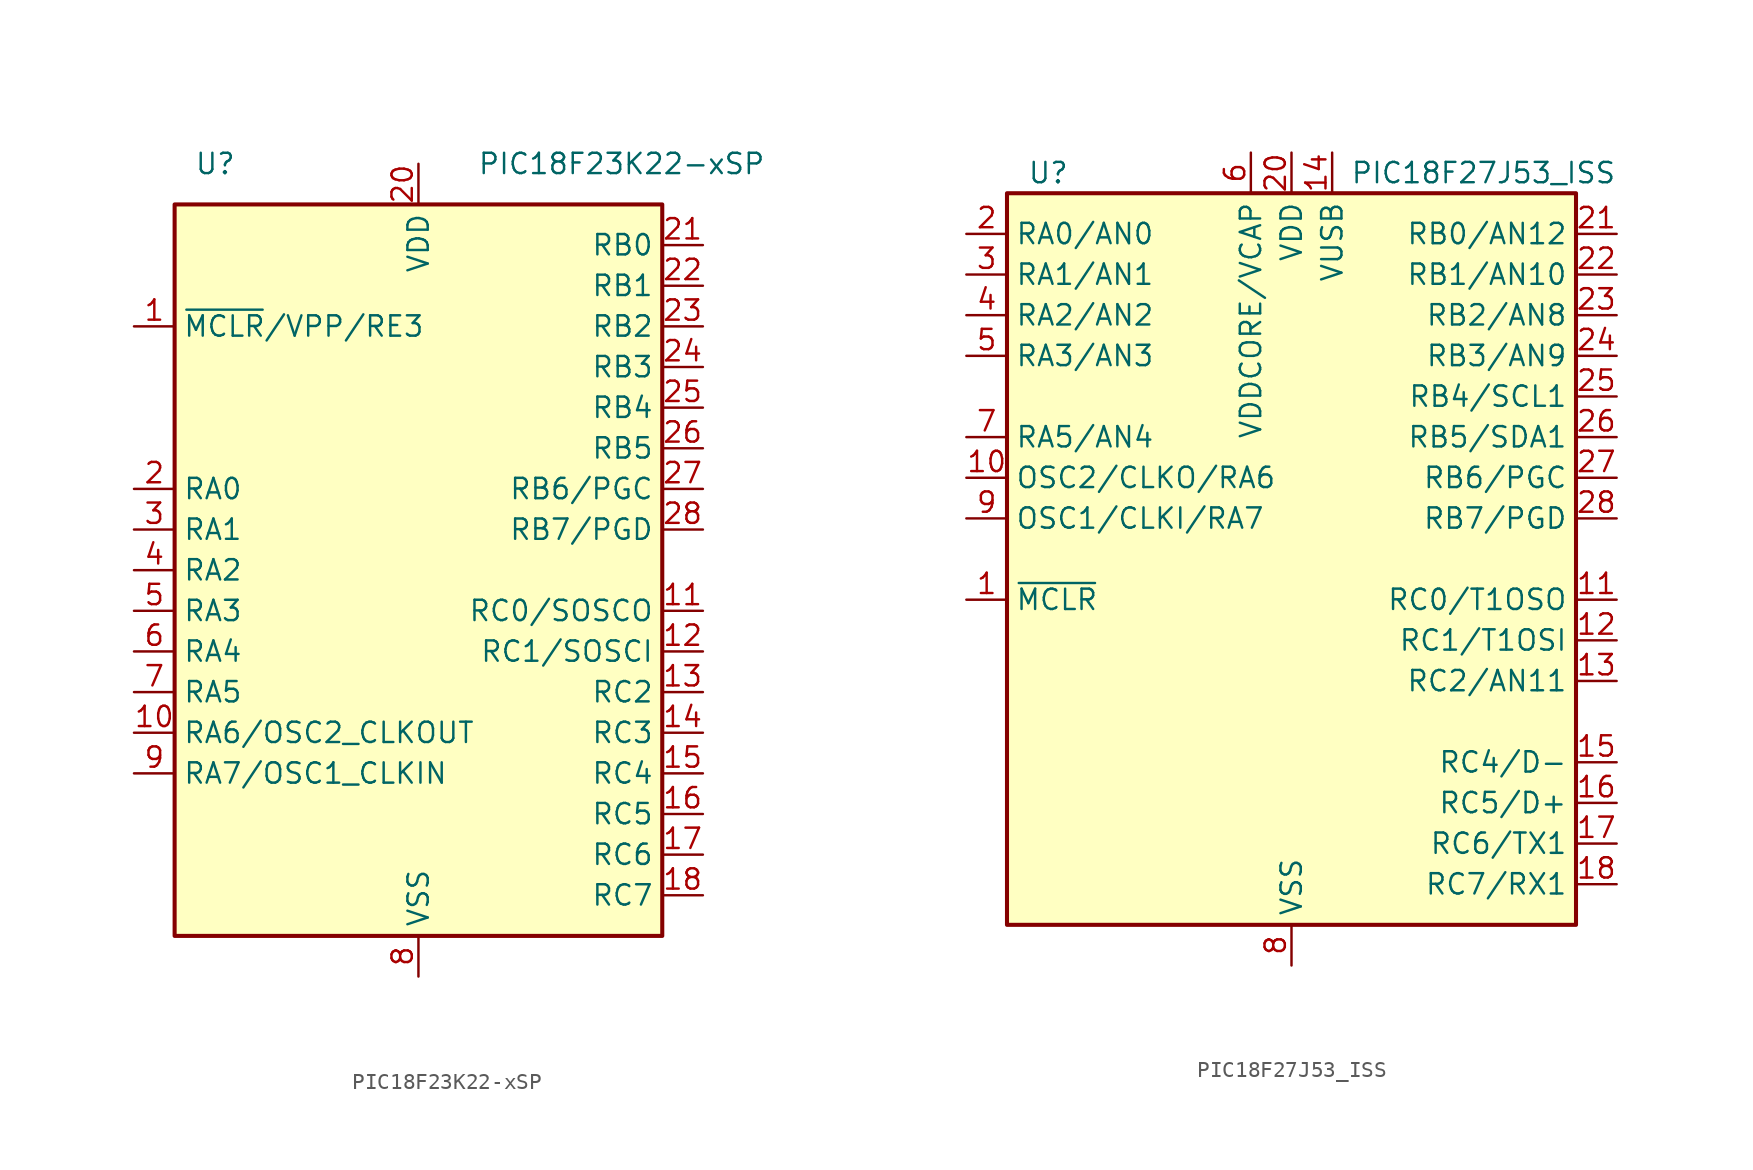
<source format=kicad_sym>
(kicad_symbol_lib
  (version 20201005)
  (generator kicad_symbol_editor)
  (symbol "PIC18F23K22-xSP"
    (property "Reference" "U"
      (at -12.7 25.4 0)
      (effects (font (size 1.27 1.27))))
    (property "Value" "PIC18F23K22-xSP"
      (at 12.7 25.4 0)
      (effects (font (size 1.27 1.27))))
    (symbol "PIC18F23K22-xSP_1_1"
      (rectangle (start -15.24 22.86) (end 15.24 -22.86) (stroke (width 0.254)) (fill (type background)))
      (pin input line (at -17.78 15.24 0) (length 2.54) (name "~MCLR~/VPP/RE3" (effects (font (size 1.27 1.27)))) (number "1" (effects (font (size 1.27 1.27)))))
      (pin bidirectional line (at -17.78 -10.16 0) (length 2.54) (name "RA6/OSC2_CLKOUT" (effects (font (size 1.27 1.27)))) (number "10" (effects (font (size 1.27 1.27)))))
      (pin bidirectional line (at 17.78 -2.54 180) (length 2.54) (name "RC0/SOSCO" (effects (font (size 1.27 1.27)))) (number "11" (effects (font (size 1.27 1.27)))))
      (pin bidirectional line (at 17.78 -5.08 180) (length 2.54) (name "RC1/SOSCI" (effects (font (size 1.27 1.27)))) (number "12" (effects (font (size 1.27 1.27)))))
      (pin bidirectional line (at 17.78 -7.62 180) (length 2.54) (name "RC2" (effects (font (size 1.27 1.27)))) (number "13" (effects (font (size 1.27 1.27)))))
      (pin bidirectional line (at 17.78 -10.16 180) (length 2.54) (name "RC3" (effects (font (size 1.27 1.27)))) (number "14" (effects (font (size 1.27 1.27)))))
      (pin bidirectional line (at 17.78 -12.7 180) (length 2.54) (name "RC4" (effects (font (size 1.27 1.27)))) (number "15" (effects (font (size 1.27 1.27)))))
      (pin bidirectional line (at 17.78 -15.24 180) (length 2.54) (name "RC5" (effects (font (size 1.27 1.27)))) (number "16" (effects (font (size 1.27 1.27)))))
      (pin bidirectional line (at 17.78 -17.78 180) (length 2.54) (name "RC6" (effects (font (size 1.27 1.27)))) (number "17" (effects (font (size 1.27 1.27)))))
      (pin bidirectional line (at 17.78 -20.32 180) (length 2.54) (name "RC7" (effects (font (size 1.27 1.27)))) (number "18" (effects (font (size 1.27 1.27)))))
      (pin passive line (at 0 -25.4 90) (length 2.54) hide (name "VSS" (effects (font (size 1.27 1.27)))) (number "19" (effects (font (size 1.27 1.27)))))
      (pin bidirectional line (at -17.78 5.08 0) (length 2.54) (name "RA0" (effects (font (size 1.27 1.27)))) (number "2" (effects (font (size 1.27 1.27)))))
      (pin power_in line (at 0 25.4 270) (length 2.54) (name "VDD" (effects (font (size 1.27 1.27)))) (number "20" (effects (font (size 1.27 1.27)))))
      (pin bidirectional line (at 17.78 20.32 180) (length 2.54) (name "RB0" (effects (font (size 1.27 1.27)))) (number "21" (effects (font (size 1.27 1.27)))))
      (pin bidirectional line (at 17.78 17.78 180) (length 2.54) (name "RB1" (effects (font (size 1.27 1.27)))) (number "22" (effects (font (size 1.27 1.27)))))
      (pin bidirectional line (at 17.78 15.24 180) (length 2.54) (name "RB2" (effects (font (size 1.27 1.27)))) (number "23" (effects (font (size 1.27 1.27)))))
      (pin bidirectional line (at 17.78 12.7 180) (length 2.54) (name "RB3" (effects (font (size 1.27 1.27)))) (number "24" (effects (font (size 1.27 1.27)))))
      (pin bidirectional line (at 17.78 10.16 180) (length 2.54) (name "RB4" (effects (font (size 1.27 1.27)))) (number "25" (effects (font (size 1.27 1.27)))))
      (pin bidirectional line (at 17.78 7.62 180) (length 2.54) (name "RB5" (effects (font (size 1.27 1.27)))) (number "26" (effects (font (size 1.27 1.27)))))
      (pin bidirectional line (at 17.78 5.08 180) (length 2.54) (name "RB6/PGC" (effects (font (size 1.27 1.27)))) (number "27" (effects (font (size 1.27 1.27)))))
      (pin bidirectional line (at 17.78 2.54 180) (length 2.54) (name "RB7/PGD" (effects (font (size 1.27 1.27)))) (number "28" (effects (font (size 1.27 1.27)))))
      (pin bidirectional line (at -17.78 2.54 0) (length 2.54) (name "RA1" (effects (font (size 1.27 1.27)))) (number "3" (effects (font (size 1.27 1.27)))))
      (pin bidirectional line (at -17.78 0 0) (length 2.54) (name "RA2" (effects (font (size 1.27 1.27)))) (number "4" (effects (font (size 1.27 1.27)))))
      (pin bidirectional line (at -17.78 -2.54 0) (length 2.54) (name "RA3" (effects (font (size 1.27 1.27)))) (number "5" (effects (font (size 1.27 1.27)))))
      (pin bidirectional line (at -17.78 -5.08 0) (length 2.54) (name "RA4" (effects (font (size 1.27 1.27)))) (number "6" (effects (font (size 1.27 1.27)))))
      (pin bidirectional line (at -17.78 -7.62 0) (length 2.54) (name "RA5" (effects (font (size 1.27 1.27)))) (number "7" (effects (font (size 1.27 1.27)))))
      (pin power_in line (at 0 -25.4 90) (length 2.54) (name "VSS" (effects (font (size 1.27 1.27)))) (number "8" (effects (font (size 1.27 1.27)))))
      (pin bidirectional line (at -17.78 -12.7 0) (length 2.54) (name "RA7/OSC1_CLKIN" (effects (font (size 1.27 1.27)))) (number "9" (effects (font (size 1.27 1.27)))))))
  (symbol "PIC18F27J53_ISS"
    (property "Reference" "U"
      (at -16.51 24.13 0)
      (effects (font (size 1.27 1.27)) (justify left)))
    (property "Value" "PIC18F27J53_ISS"
      (at 20.32 24.13 0)
      (effects (font (size 1.27 1.27)) (justify right)))
    (symbol "PIC18F27J53_ISS_0_1"
      (rectangle (start 17.78 -22.86) (end -17.78 22.86) (stroke (width 0.254)) (fill (type background))))
    (symbol "PIC18F27J53_ISS_1_1"
      (pin input line (at -20.32 -2.54 0) (length 2.54) (name "~MCLR~" (effects (font (size 1.27 1.27)))) (number "1" (effects (font (size 1.27 1.27)))))
      (pin bidirectional line (at -20.32 5.08 0) (length 2.54) (name "OSC2/CLKO/RA6" (effects (font (size 1.27 1.27)))) (number "10" (effects (font (size 1.27 1.27)))))
      (pin bidirectional line (at 20.32 -2.54 180) (length 2.54) (name "RC0/T1OSO" (effects (font (size 1.27 1.27)))) (number "11" (effects (font (size 1.27 1.27)))))
      (pin bidirectional line (at 20.32 -5.08 180) (length 2.54) (name "RC1/T1OSI" (effects (font (size 1.27 1.27)))) (number "12" (effects (font (size 1.27 1.27)))))
      (pin bidirectional line (at 20.32 -7.62 180) (length 2.54) (name "RC2/AN11" (effects (font (size 1.27 1.27)))) (number "13" (effects (font (size 1.27 1.27)))))
      (pin power_in line (at 2.54 25.4 270) (length 2.54) (name "VUSB" (effects (font (size 1.27 1.27)))) (number "14" (effects (font (size 1.27 1.27)))))
      (pin bidirectional line (at 20.32 -12.7 180) (length 2.54) (name "RC4/D-" (effects (font (size 1.27 1.27)))) (number "15" (effects (font (size 1.27 1.27)))))
      (pin bidirectional line (at 20.32 -15.24 180) (length 2.54) (name "RC5/D+" (effects (font (size 1.27 1.27)))) (number "16" (effects (font (size 1.27 1.27)))))
      (pin bidirectional line (at 20.32 -17.78 180) (length 2.54) (name "RC6/TX1" (effects (font (size 1.27 1.27)))) (number "17" (effects (font (size 1.27 1.27)))))
      (pin bidirectional line (at 20.32 -20.32 180) (length 2.54) (name "RC7/RX1" (effects (font (size 1.27 1.27)))) (number "18" (effects (font (size 1.27 1.27)))))
      (pin passive line (at 0 -25.4 90) (length 2.54) hide (name "VSS" (effects (font (size 1.27 1.27)))) (number "19" (effects (font (size 1.27 1.27)))))
      (pin bidirectional line (at -20.32 20.32 0) (length 2.54) (name "RA0/AN0" (effects (font (size 1.27 1.27)))) (number "2" (effects (font (size 1.27 1.27)))))
      (pin power_in line (at 0 25.4 270) (length 2.54) (name "VDD" (effects (font (size 1.27 1.27)))) (number "20" (effects (font (size 1.27 1.27)))))
      (pin bidirectional line (at 20.32 20.32 180) (length 2.54) (name "RB0/AN12" (effects (font (size 1.27 1.27)))) (number "21" (effects (font (size 1.27 1.27)))))
      (pin bidirectional line (at 20.32 17.78 180) (length 2.54) (name "RB1/AN10" (effects (font (size 1.27 1.27)))) (number "22" (effects (font (size 1.27 1.27)))))
      (pin bidirectional line (at 20.32 15.24 180) (length 2.54) (name "RB2/AN8" (effects (font (size 1.27 1.27)))) (number "23" (effects (font (size 1.27 1.27)))))
      (pin bidirectional line (at 20.32 12.7 180) (length 2.54) (name "RB3/AN9" (effects (font (size 1.27 1.27)))) (number "24" (effects (font (size 1.27 1.27)))))
      (pin bidirectional line (at 20.32 10.16 180) (length 2.54) (name "RB4/SCL1" (effects (font (size 1.27 1.27)))) (number "25" (effects (font (size 1.27 1.27)))))
      (pin bidirectional line (at 20.32 7.62 180) (length 2.54) (name "RB5/SDA1" (effects (font (size 1.27 1.27)))) (number "26" (effects (font (size 1.27 1.27)))))
      (pin bidirectional line (at 20.32 5.08 180) (length 2.54) (name "RB6/PGC" (effects (font (size 1.27 1.27)))) (number "27" (effects (font (size 1.27 1.27)))))
      (pin bidirectional line (at 20.32 2.54 180) (length 2.54) (name "RB7/PGD" (effects (font (size 1.27 1.27)))) (number "28" (effects (font (size 1.27 1.27)))))
      (pin bidirectional line (at -20.32 17.78 0) (length 2.54) (name "RA1/AN1" (effects (font (size 1.27 1.27)))) (number "3" (effects (font (size 1.27 1.27)))))
      (pin bidirectional line (at -20.32 15.24 0) (length 2.54) (name "RA2/AN2" (effects (font (size 1.27 1.27)))) (number "4" (effects (font (size 1.27 1.27)))))
      (pin bidirectional line (at -20.32 12.7 0) (length 2.54) (name "RA3/AN3" (effects (font (size 1.27 1.27)))) (number "5" (effects (font (size 1.27 1.27)))))
      (pin power_in line (at -2.54 25.4 270) (length 2.54) (name "VDDCORE/VCAP" (effects (font (size 1.27 1.27)))) (number "6" (effects (font (size 1.27 1.27)))))
      (pin bidirectional line (at -20.32 7.62 0) (length 2.54) (name "RA5/AN4" (effects (font (size 1.27 1.27)))) (number "7" (effects (font (size 1.27 1.27)))))
      (pin power_in line (at 0 -25.4 90) (length 2.54) (name "VSS" (effects (font (size 1.27 1.27)))) (number "8" (effects (font (size 1.27 1.27)))))
      (pin bidirectional line (at -20.32 2.54 0) (length 2.54) (name "OSC1/CLKI/RA7" (effects (font (size 1.27 1.27)))) (number "9" (effects (font (size 1.27 1.27))))))))
</source>
